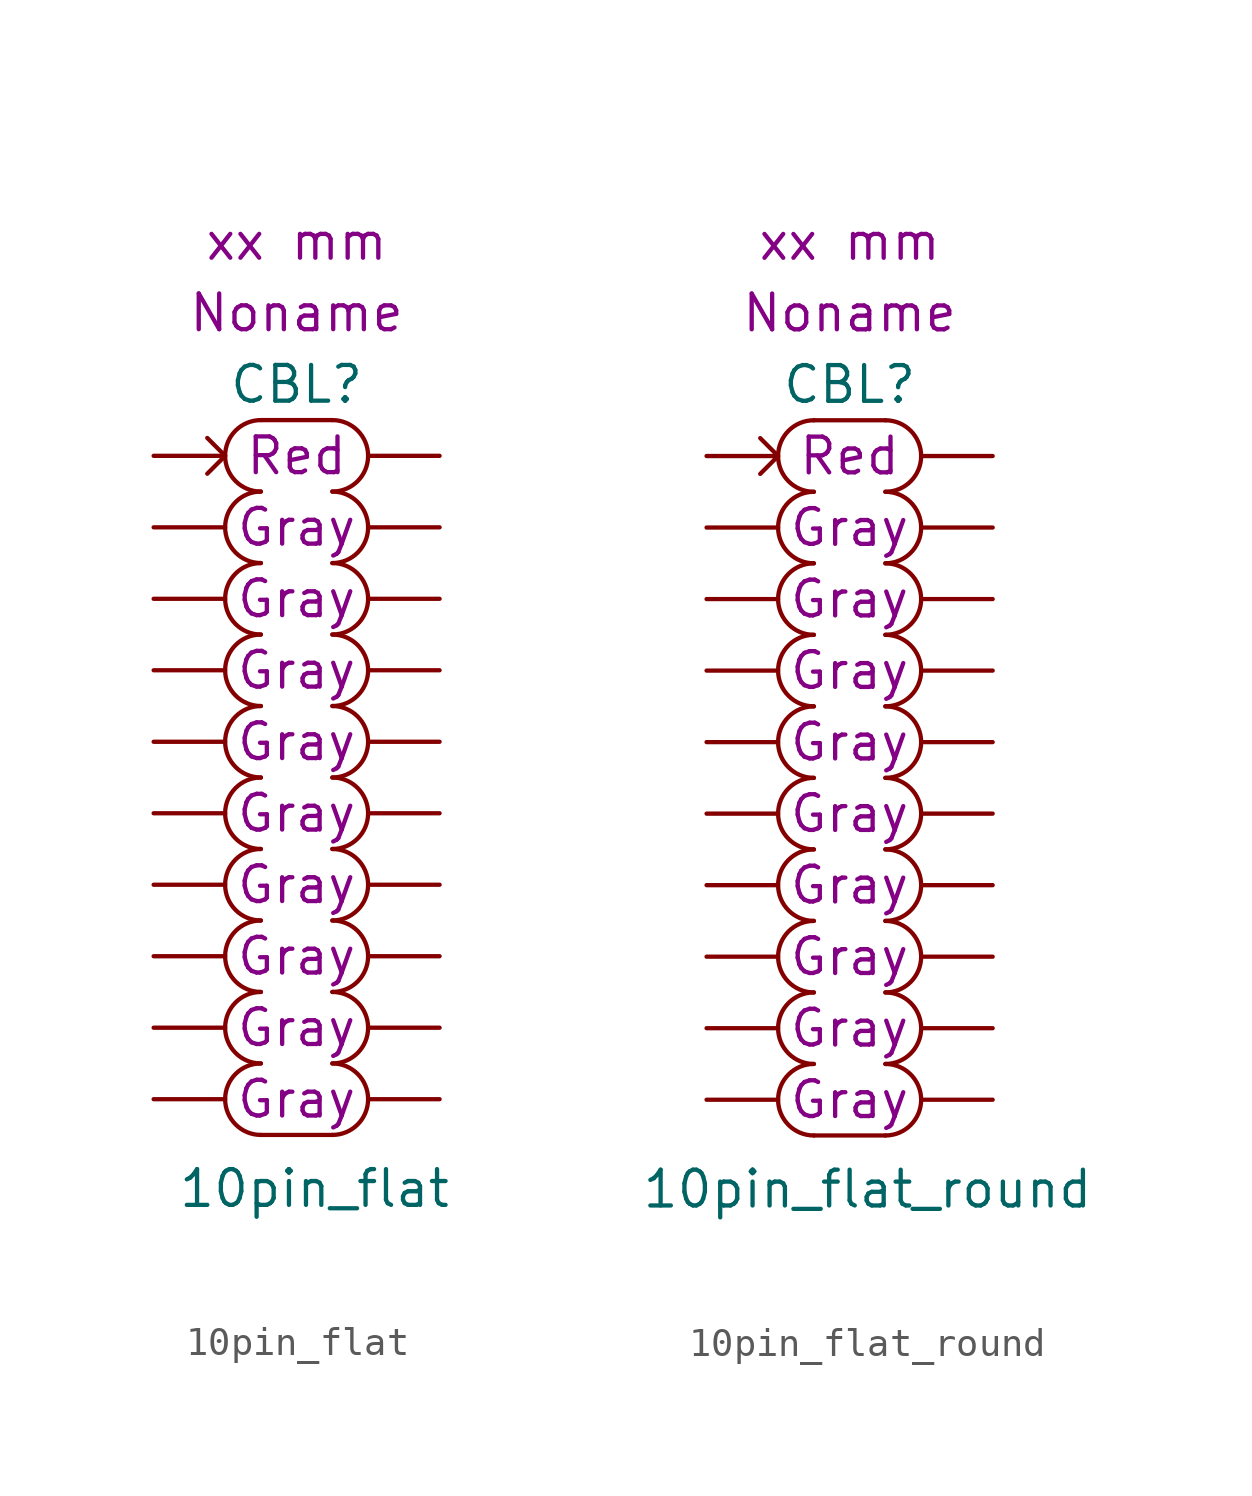
<source format=kicad_sym>
(kicad_symbol_lib
  (version 20211014)
  (generator kicad_symbol_editor)
  (symbol "10pin_flat"
    (pin_numbers hide)
    (pin_names hide)
    (property "Reference" "CBL"
      (at 0 13.97 0)
      (effects (font (size 1.27 1.27))))
    (property "Value" "10pin_flat"
      (at 0.635 -14.605 0)
      (effects (font (size 1.27 1.27))))
    (property "color1" "Red"
      (at 0 11.43 0)
      (effects (font (size 1.27 1.27))))
    (property "color2" "Gray"
      (at 0 8.89 0)
      (effects (font (size 1.27 1.27))))
    (property "color3" "Gray"
      (at 0 6.35 0)
      (effects (font (size 1.27 1.27))))
    (property "color4" "Gray"
      (at 0 3.81 0)
      (effects (font (size 1.27 1.27))))
    (property "Length" "xx mm"
      (at 0 19.05 0)
      (effects (font (size 1.27 1.27))))
    (property "Harness_name" "Noname"
      (at 0 16.51 0)
      (effects (font (size 1.27 1.27))))
    (property "color5" "Gray"
      (at 0 1.27 0)
      (effects (font (size 1.27 1.27))))
    (property "color6" "Gray"
      (at 0 -1.27 0)
      (effects (font (size 1.27 1.27))))
    (property "color7" "Gray"
      (at 0 -3.81 0)
      (effects (font (size 1.27 1.27))))
    (property "color8" "Gray"
      (at 0 -6.35 0)
      (effects (font (size 1.27 1.27))))
    (property "color9" "Gray"
      (at 0 -8.89 0)
      (effects (font (size 1.27 1.27))))
    (property "color10" "Gray"
      (at 0 -11.43 0)
      (effects (font (size 1.27 1.27))))
    (symbol "10pin_flat_0_0"
      (arc (start -1.27 12.7) (mid -2.54 11.43) (end -1.27 10.16) (stroke (width 0) (type default) (color 0 0 0 0)) (fill (type none)))
      (polyline (pts (xy -1.27 -12.7) (xy 1.27 -12.7)) (stroke (width 0) (type default) (color 0 0 0 0)) (fill (type none)))
      (polyline (pts (xy -1.27 12.7) (xy 1.27 12.7)) (stroke (width 0) (type default) (color 0 0 0 0)) (fill (type none)))
      (pin passive line (at 5.08 -1.27 180) (length 2.54) (name "C6.2" (effects (font (size 1.27 1.27)))) (number "12" (effects (font (size 1.27 1.27)))))
      (pin passive line (at -5.08 -3.81 0) (length 2.54) (name "C7.1" (effects (font (size 1.27 1.27)))) (number "13" (effects (font (size 1.27 1.27)))))
      (pin passive line (at -5.08 -11.43 0) (length 2.54) (name "C10.1" (effects (font (size 1.27 1.27)))) (number "19" (effects (font (size 1.27 1.27)))))
      (pin passive line (at 5.08 -11.43 180) (length 2.54) (name "C10.2" (effects (font (size 1.27 1.27)))) (number "20" (effects (font (size 1.27 1.27))))))
    (symbol "10pin_flat_0_1"
      (polyline (pts (xy -3.175 12.065) (xy -2.54 11.43) (xy -3.175 10.795)) (stroke (width 0) (type default) (color 0 0 0 0)) (fill (type none))))
    (symbol "10pin_flat_1_1"
      (arc (start -1.27 -10.16) (mid -2.54 -11.43) (end -1.27 -12.7) (stroke (width 0) (type default) (color 0 0 0 0)) (fill (type none)))
      (arc (start -1.27 -7.62) (mid -2.54 -8.89) (end -1.27 -10.16) (stroke (width 0) (type default) (color 0 0 0 0)) (fill (type none)))
      (arc (start -1.27 -5.08) (mid -2.54 -6.35) (end -1.27 -7.62) (stroke (width 0) (type default) (color 0 0 0 0)) (fill (type none)))
      (arc (start -1.27 -2.54) (mid -2.54 -3.81) (end -1.27 -5.08) (stroke (width 0) (type default) (color 0 0 0 0)) (fill (type none)))
      (arc (start -1.27 0) (mid -2.54 -1.27) (end -1.27 -2.54) (stroke (width 0) (type default) (color 0 0 0 0)) (fill (type none)))
      (arc (start -1.27 2.54) (mid -2.54 1.27) (end -1.27 0) (stroke (width 0) (type default) (color 0 0 0 0)) (fill (type none)))
      (arc (start -1.27 5.08) (mid -2.54 3.81) (end -1.27 2.54) (stroke (width 0) (type default) (color 0 0 0 0)) (fill (type none)))
      (arc (start -1.27 7.62) (mid -2.54 6.35) (end -1.27 5.08) (stroke (width 0) (type default) (color 0 0 0 0)) (fill (type none)))
      (arc (start -1.27 10.16) (mid -2.54 8.89) (end -1.27 7.62) (stroke (width 0) (type default) (color 0 0 0 0)) (fill (type none)))
      (arc (start 1.27 -12.7) (mid 2.54 -11.43) (end 1.27 -10.16) (stroke (width 0) (type default) (color 0 0 0 0)) (fill (type none)))
      (arc (start 1.27 -10.16) (mid 2.54 -8.89) (end 1.27 -7.62) (stroke (width 0) (type default) (color 0 0 0 0)) (fill (type none)))
      (arc (start 1.27 -7.62) (mid 2.54 -6.35) (end 1.27 -5.08) (stroke (width 0) (type default) (color 0 0 0 0)) (fill (type none)))
      (arc (start 1.27 -5.08) (mid 2.54 -3.81) (end 1.27 -2.54) (stroke (width 0) (type default) (color 0 0 0 0)) (fill (type none)))
      (arc (start 1.27 -2.54) (mid 2.54 -1.27) (end 1.27 0) (stroke (width 0) (type default) (color 0 0 0 0)) (fill (type none)))
      (arc (start 1.27 0) (mid 2.54 1.27) (end 1.27 2.54) (stroke (width 0) (type default) (color 0 0 0 0)) (fill (type none)))
      (arc (start 1.27 2.54) (mid 2.54 3.81) (end 1.27 5.08) (stroke (width 0) (type default) (color 0 0 0 0)) (fill (type none)))
      (arc (start 1.27 5.08) (mid 2.54 6.35) (end 1.27 7.62) (stroke (width 0) (type default) (color 0 0 0 0)) (fill (type none)))
      (arc (start 1.27 7.62) (mid 2.54 8.89) (end 1.27 10.16) (stroke (width 0) (type default) (color 0 0 0 0)) (fill (type none)))
      (arc (start 1.27 10.16) (mid 2.54 11.43) (end 1.27 12.7) (stroke (width 0) (type default) (color 0 0 0 0)) (fill (type none)))
      (pin passive line (at -5.08 11.43 0) (length 2.54) (name "C1.1" (effects (font (size 1.27 1.27)))) (number "1" (effects (font (size 1.27 1.27)))))
      (pin passive line (at 5.08 1.27 180) (length 2.54) (name "C5.2" (effects (font (size 1.27 1.27)))) (number "10" (effects (font (size 1.27 1.27)))))
      (pin passive line (at -5.08 -1.27 0) (length 2.54) (name "C6.1" (effects (font (size 1.27 1.27)))) (number "11" (effects (font (size 1.27 1.27)))))
      (pin passive line (at 5.08 -3.81 180) (length 2.54) (name "C7.2" (effects (font (size 1.27 1.27)))) (number "14" (effects (font (size 1.27 1.27)))))
      (pin passive line (at -5.08 -6.35 0) (length 2.54) (name "C8.1" (effects (font (size 1.27 1.27)))) (number "15" (effects (font (size 1.27 1.27)))))
      (pin passive line (at 5.08 -6.35 180) (length 2.54) (name "C8.2" (effects (font (size 1.27 1.27)))) (number "16" (effects (font (size 1.27 1.27)))))
      (pin passive line (at -5.08 -8.89 0) (length 2.54) (name "C9.1" (effects (font (size 1.27 1.27)))) (number "17" (effects (font (size 1.27 1.27)))))
      (pin passive line (at 5.08 -8.89 180) (length 2.54) (name "C9.2" (effects (font (size 1.27 1.27)))) (number "18" (effects (font (size 1.27 1.27)))))
      (pin passive line (at 5.08 11.43 180) (length 2.54) (name "C1.2" (effects (font (size 1.27 1.27)))) (number "2" (effects (font (size 1.27 1.27)))))
      (pin passive line (at -5.08 8.89 0) (length 2.54) (name "C2.1" (effects (font (size 1.27 1.27)))) (number "3" (effects (font (size 1.27 1.27)))))
      (pin passive line (at 5.08 8.89 180) (length 2.54) (name "C2.2" (effects (font (size 1.27 1.27)))) (number "4" (effects (font (size 1.27 1.27)))))
      (pin passive line (at -5.08 6.35 0) (length 2.54) (name "C3.1" (effects (font (size 1.27 1.27)))) (number "5" (effects (font (size 1.27 1.27)))))
      (pin passive line (at 5.08 6.35 180) (length 2.54) (name "C3.2" (effects (font (size 1.27 1.27)))) (number "6" (effects (font (size 1.27 1.27)))))
      (pin passive line (at -5.08 3.81 0) (length 2.54) (name "C4.1" (effects (font (size 1.27 1.27)))) (number "7" (effects (font (size 1.27 1.27)))))
      (pin passive line (at 5.08 3.81 180) (length 2.54) (name "C4.2" (effects (font (size 1.27 1.27)))) (number "8" (effects (font (size 1.27 1.27)))))
      (pin passive line (at -5.08 1.27 0) (length 2.54) (name "C5.1" (effects (font (size 1.27 1.27)))) (number "9" (effects (font (size 1.27 1.27)))))))
  (symbol "10pin_flat_round"
    (pin_numbers hide)
    (pin_names hide)
    (property "Reference" "CBL"
      (at 0 13.97 0)
      (effects (font (size 1.27 1.27))))
    (property "Value" "10pin_flat_round"
      (at 0.635 -14.605 0)
      (effects (font (size 1.27 1.27))))
    (property "color1" "Red"
      (at 0 11.43 0)
      (effects (font (size 1.27 1.27))))
    (property "color2" "Gray"
      (at 0 8.89 0)
      (effects (font (size 1.27 1.27))))
    (property "color3" "Gray"
      (at 0 6.35 0)
      (effects (font (size 1.27 1.27))))
    (property "color4" "Gray"
      (at 0 3.81 0)
      (effects (font (size 1.27 1.27))))
    (property "Length" "xx mm"
      (at 0 19.05 0)
      (effects (font (size 1.27 1.27))))
    (property "Harness_name" "Noname"
      (at 0 16.51 0)
      (effects (font (size 1.27 1.27))))
    (property "color5" "Gray"
      (at 0 1.27 0)
      (effects (font (size 1.27 1.27))))
    (property "color6" "Gray"
      (at 0 -1.27 0)
      (effects (font (size 1.27 1.27))))
    (property "color7" "Gray"
      (at 0 -3.81 0)
      (effects (font (size 1.27 1.27))))
    (property "color8" "Gray"
      (at 0 -6.35 0)
      (effects (font (size 1.27 1.27))))
    (property "color9" "Gray"
      (at 0 -8.89 0)
      (effects (font (size 1.27 1.27))))
    (property "color10" "Gray"
      (at 0 -11.43 0)
      (effects (font (size 1.27 1.27))))
    (symbol "10pin_flat_round_0_0"
      (arc (start -1.27 12.7) (mid -2.54 11.43) (end -1.27 10.16) (stroke (width 0) (type default) (color 0 0 0 0)) (fill (type none)))
      (polyline (pts (xy -1.27 -12.7) (xy 1.27 -12.7)) (stroke (width 0) (type default) (color 0 0 0 0)) (fill (type none)))
      (polyline (pts (xy -1.27 12.7) (xy 1.27 12.7)) (stroke (width 0) (type default) (color 0 0 0 0)) (fill (type none)))
      (pin passive line (at 5.08 -1.27 180) (length 2.54) (name "C6.2" (effects (font (size 1.27 1.27)))) (number "12" (effects (font (size 1.27 1.27)))))
      (pin passive line (at -5.08 -3.81 0) (length 2.54) (name "C7.1" (effects (font (size 1.27 1.27)))) (number "13" (effects (font (size 1.27 1.27)))))
      (pin passive line (at -5.08 -11.43 0) (length 2.54) (name "C10.1" (effects (font (size 1.27 1.27)))) (number "19" (effects (font (size 1.27 1.27)))))
      (pin passive line (at 5.08 -11.43 180) (length 2.54) (name "C10.2" (effects (font (size 1.27 1.27)))) (number "20" (effects (font (size 1.27 1.27))))))
    (symbol "10pin_flat_round_0_1"
      (polyline (pts (xy -3.175 12.065) (xy -2.54 11.43) (xy -3.175 10.795)) (stroke (width 0) (type default) (color 0 0 0 0)) (fill (type none))))
    (symbol "10pin_flat_round_1_1"
      (arc (start -1.27 -10.16) (mid -2.54 -11.43) (end -1.27 -12.7) (stroke (width 0) (type default) (color 0 0 0 0)) (fill (type none)))
      (arc (start -1.27 -7.62) (mid -2.54 -8.89) (end -1.27 -10.16) (stroke (width 0) (type default) (color 0 0 0 0)) (fill (type none)))
      (arc (start -1.27 -5.08) (mid -2.54 -6.35) (end -1.27 -7.62) (stroke (width 0) (type default) (color 0 0 0 0)) (fill (type none)))
      (arc (start -1.27 -2.54) (mid -2.54 -3.81) (end -1.27 -5.08) (stroke (width 0) (type default) (color 0 0 0 0)) (fill (type none)))
      (arc (start -1.27 0) (mid -2.54 -1.27) (end -1.27 -2.54) (stroke (width 0) (type default) (color 0 0 0 0)) (fill (type none)))
      (arc (start -1.27 2.54) (mid -2.54 1.27) (end -1.27 0) (stroke (width 0) (type default) (color 0 0 0 0)) (fill (type none)))
      (arc (start -1.27 5.08) (mid -2.54 3.81) (end -1.27 2.54) (stroke (width 0) (type default) (color 0 0 0 0)) (fill (type none)))
      (arc (start -1.27 7.62) (mid -2.54 6.35) (end -1.27 5.08) (stroke (width 0) (type default) (color 0 0 0 0)) (fill (type none)))
      (arc (start -1.27 10.16) (mid -2.54 8.89) (end -1.27 7.62) (stroke (width 0) (type default) (color 0 0 0 0)) (fill (type none)))
      (arc (start 1.27 -12.7) (mid 2.54 -11.43) (end 1.27 -10.16) (stroke (width 0) (type default) (color 0 0 0 0)) (fill (type none)))
      (arc (start 1.27 -10.16) (mid 2.54 -8.89) (end 1.27 -7.62) (stroke (width 0) (type default) (color 0 0 0 0)) (fill (type none)))
      (arc (start 1.27 -7.62) (mid 2.54 -6.35) (end 1.27 -5.08) (stroke (width 0) (type default) (color 0 0 0 0)) (fill (type none)))
      (arc (start 1.27 -5.08) (mid 2.54 -3.81) (end 1.27 -2.54) (stroke (width 0) (type default) (color 0 0 0 0)) (fill (type none)))
      (arc (start 1.27 -2.54) (mid 2.54 -1.27) (end 1.27 0) (stroke (width 0) (type default) (color 0 0 0 0)) (fill (type none)))
      (arc (start 1.27 0) (mid 2.54 1.27) (end 1.27 2.54) (stroke (width 0) (type default) (color 0 0 0 0)) (fill (type none)))
      (arc (start 1.27 2.54) (mid 2.54 3.81) (end 1.27 5.08) (stroke (width 0) (type default) (color 0 0 0 0)) (fill (type none)))
      (arc (start 1.27 5.08) (mid 2.54 6.35) (end 1.27 7.62) (stroke (width 0) (type default) (color 0 0 0 0)) (fill (type none)))
      (arc (start 1.27 7.62) (mid 2.54 8.89) (end 1.27 10.16) (stroke (width 0) (type default) (color 0 0 0 0)) (fill (type none)))
      (arc (start 1.27 10.16) (mid 2.54 11.43) (end 1.27 12.7) (stroke (width 0) (type default) (color 0 0 0 0)) (fill (type none)))
      (pin passive line (at -5.08 11.43 0) (length 2.54) (name "C1.1" (effects (font (size 1.27 1.27)))) (number "1" (effects (font (size 1.27 1.27)))))
      (pin passive line (at 5.08 1.27 180) (length 2.54) (name "C5.2" (effects (font (size 1.27 1.27)))) (number "10" (effects (font (size 1.27 1.27)))))
      (pin passive line (at -5.08 -1.27 0) (length 2.54) (name "C6.1" (effects (font (size 1.27 1.27)))) (number "11" (effects (font (size 1.27 1.27)))))
      (pin passive line (at 5.08 -3.81 180) (length 2.54) (name "C7.2" (effects (font (size 1.27 1.27)))) (number "14" (effects (font (size 1.27 1.27)))))
      (pin passive line (at -5.08 -6.35 0) (length 2.54) (name "C8.1" (effects (font (size 1.27 1.27)))) (number "15" (effects (font (size 1.27 1.27)))))
      (pin passive line (at 5.08 -6.35 180) (length 2.54) (name "C8.2" (effects (font (size 1.27 1.27)))) (number "16" (effects (font (size 1.27 1.27)))))
      (pin passive line (at -5.08 -8.89 0) (length 2.54) (name "C9.1" (effects (font (size 1.27 1.27)))) (number "17" (effects (font (size 1.27 1.27)))))
      (pin passive line (at 5.08 -8.89 180) (length 2.54) (name "C9.2" (effects (font (size 1.27 1.27)))) (number "18" (effects (font (size 1.27 1.27)))))
      (pin passive line (at 5.08 11.43 180) (length 2.54) (name "C1.2" (effects (font (size 1.27 1.27)))) (number "2" (effects (font (size 1.27 1.27)))))
      (pin passive line (at -5.08 8.89 0) (length 2.54) (name "C2.1" (effects (font (size 1.27 1.27)))) (number "3" (effects (font (size 1.27 1.27)))))
      (pin passive line (at 5.08 8.89 180) (length 2.54) (name "C2.2" (effects (font (size 1.27 1.27)))) (number "4" (effects (font (size 1.27 1.27)))))
      (pin passive line (at -5.08 6.35 0) (length 2.54) (name "C3.1" (effects (font (size 1.27 1.27)))) (number "5" (effects (font (size 1.27 1.27)))))
      (pin passive line (at 5.08 6.35 180) (length 2.54) (name "C3.2" (effects (font (size 1.27 1.27)))) (number "6" (effects (font (size 1.27 1.27)))))
      (pin passive line (at -5.08 3.81 0) (length 2.54) (name "C4.1" (effects (font (size 1.27 1.27)))) (number "7" (effects (font (size 1.27 1.27)))))
      (pin passive line (at 5.08 3.81 180) (length 2.54) (name "C4.2" (effects (font (size 1.27 1.27)))) (number "8" (effects (font (size 1.27 1.27)))))
      (pin passive line (at -5.08 1.27 0) (length 2.54) (name "C5.1" (effects (font (size 1.27 1.27)))) (number "9" (effects (font (size 1.27 1.27))))))))
</source>
